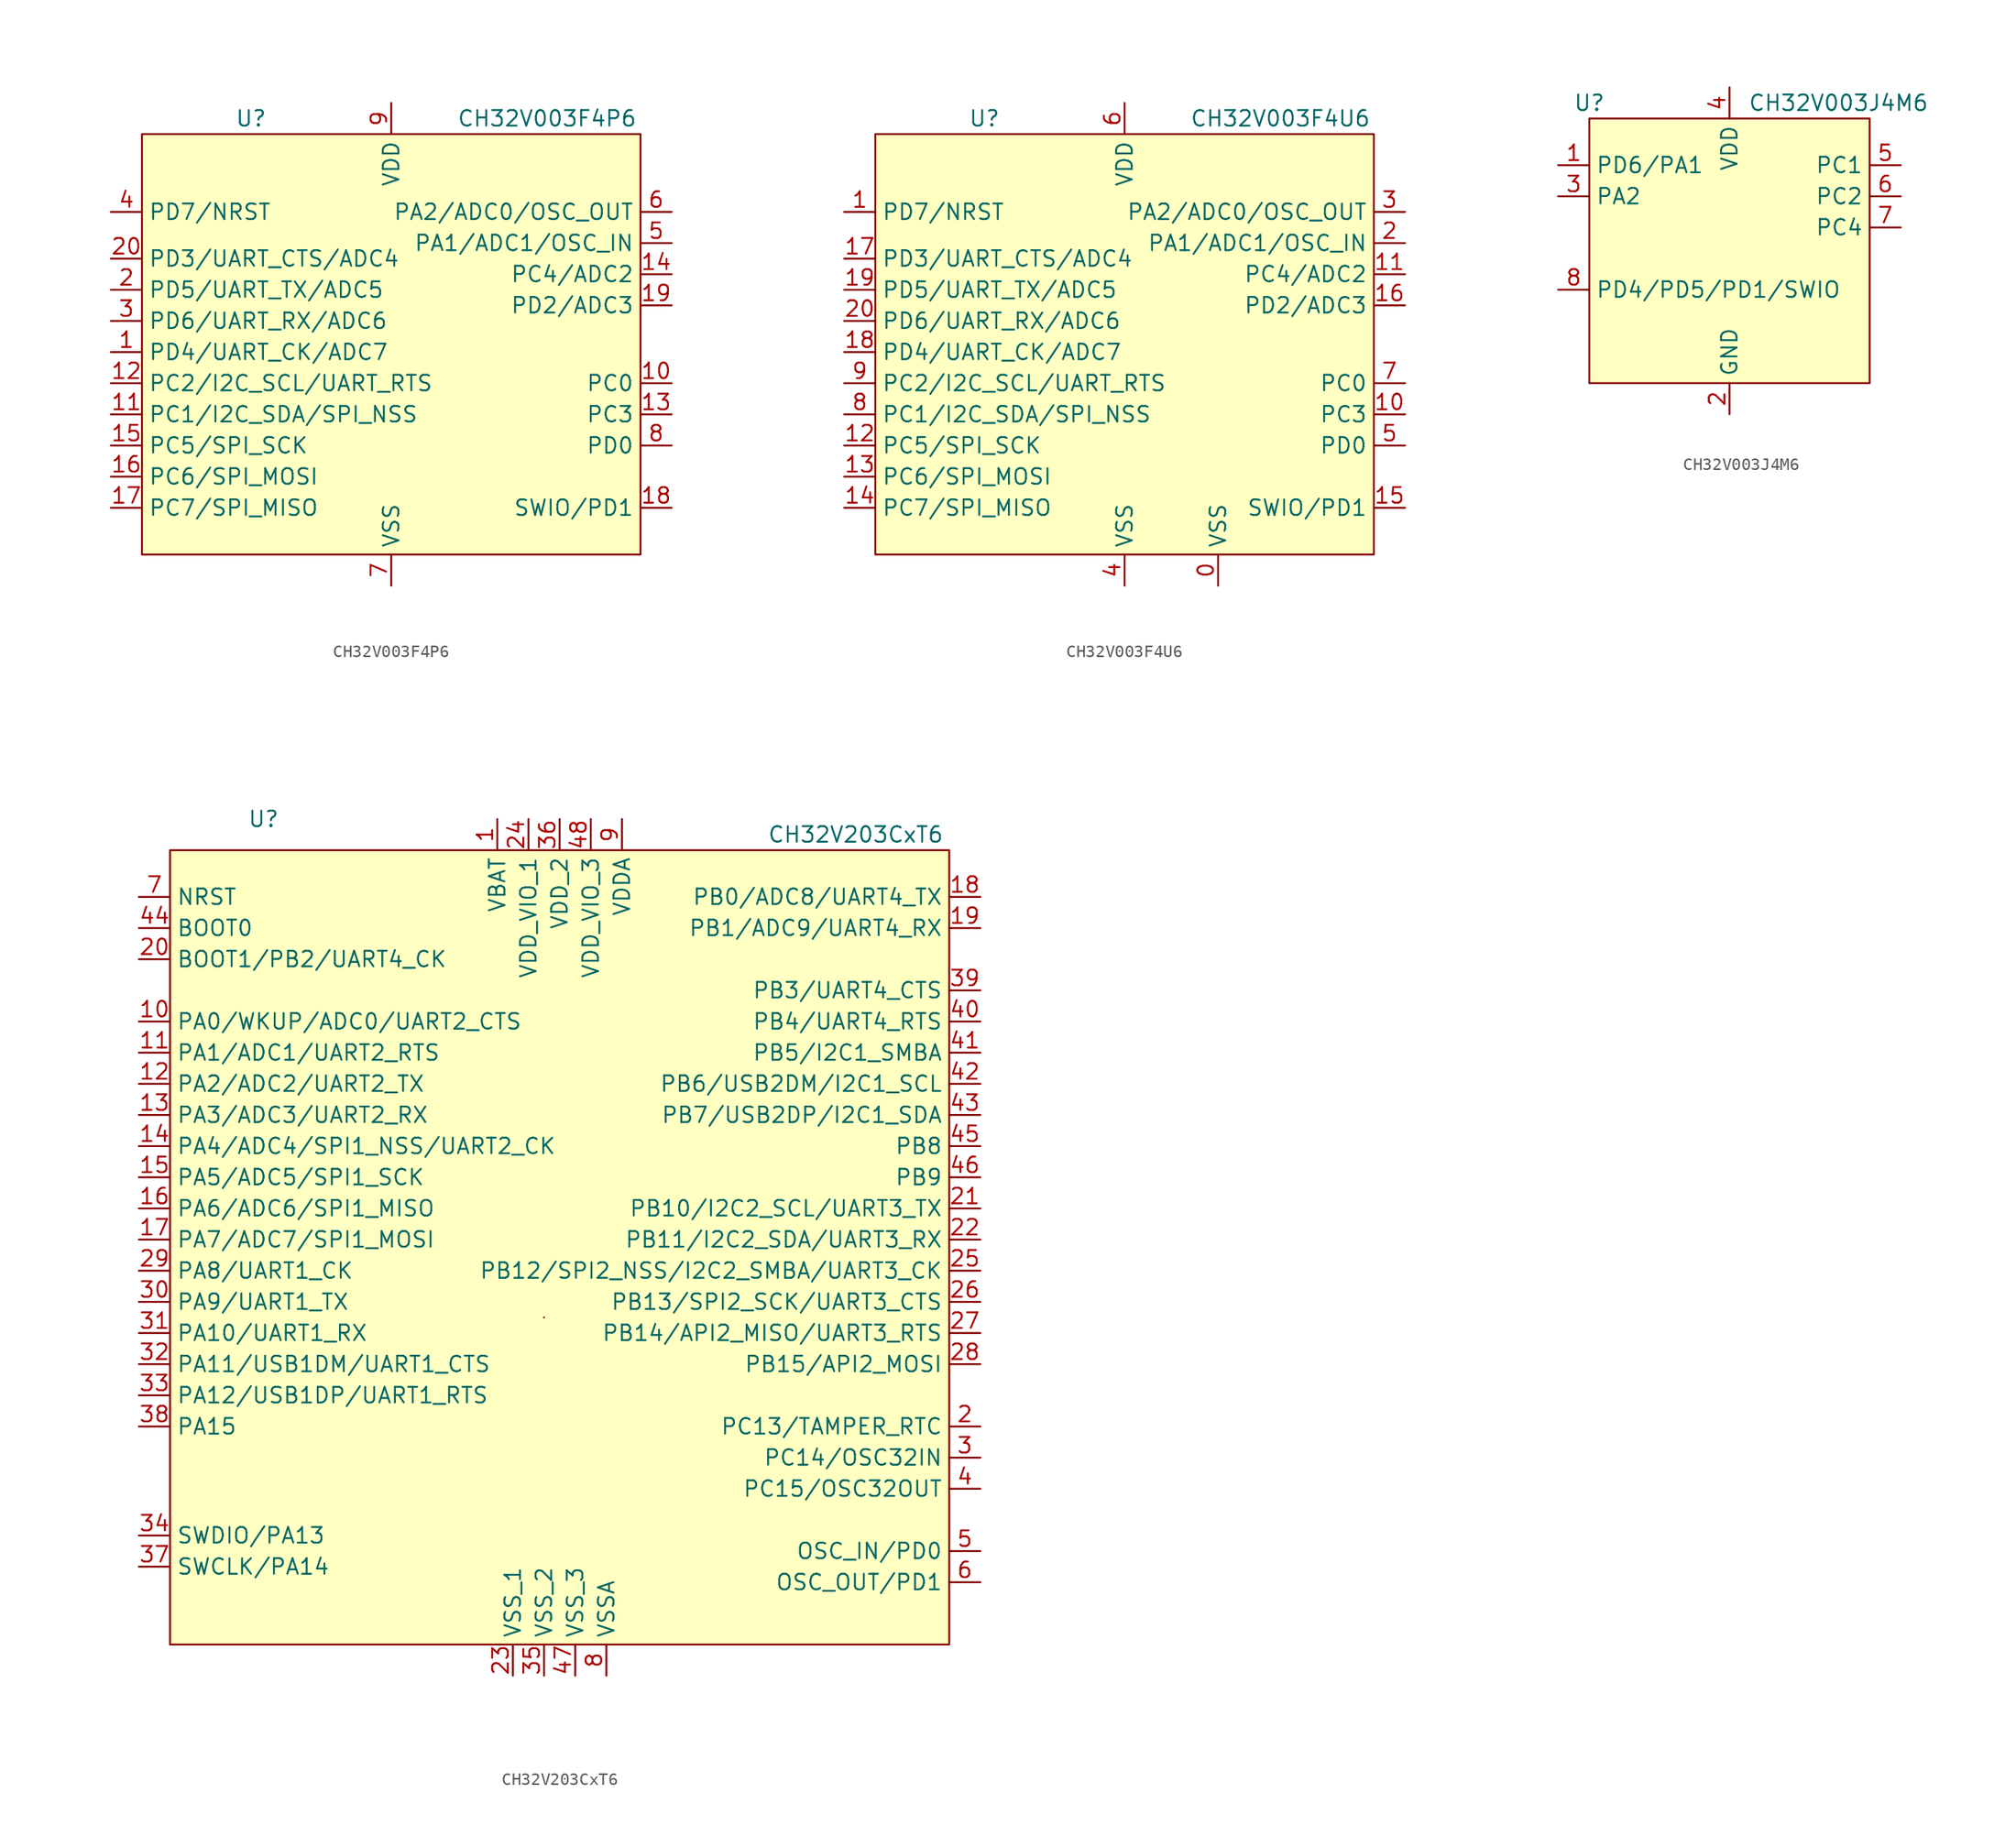
<source format=kicad_sym>
(kicad_symbol_lib
  (version 20241209)
  (generator "kicad_symbol_editor")
  (generator_version "9.0")
  (symbol "CH32V003F4P6"
    (property "Reference" "U"
      (at -11.43 25.4 0)
      (effects (font (size 1.27 1.27))))
    (property "Value" "CH32V003F4P6"
      (at 12.7 25.4 0)
      (effects (font (size 1.27 1.27))))
    (symbol "CH32V003F4P6_0_1"
      (rectangle (start -20.32 24.13) (end 20.32 -10.16) (stroke (width 0.152) (type default)) (fill (type background))))
    (symbol "CH32V003F4P6_1_1"
      (pin bidirectional line (at -22.86 17.78 0) (length 2.54) (name "PD7/NRST" (effects (font (size 1.27 1.27)))) (number "4" (effects (font (size 1.27 1.27)))))
      (pin bidirectional line (at -22.86 13.97 0) (length 2.54) (name "PD3/UART_CTS/ADC4" (effects (font (size 1.27 1.27)))) (number "20" (effects (font (size 1.27 1.27)))))
      (pin bidirectional line (at -22.86 11.43 0) (length 2.54) (name "PD5/UART_TX/ADC5" (effects (font (size 1.27 1.27)))) (number "2" (effects (font (size 1.27 1.27)))))
      (pin bidirectional line (at -22.86 8.89 0) (length 2.54) (name "PD6/UART_RX/ADC6" (effects (font (size 1.27 1.27)))) (number "3" (effects (font (size 1.27 1.27)))))
      (pin bidirectional line (at -22.86 6.35 0) (length 2.54) (name "PD4/UART_CK/ADC7" (effects (font (size 1.27 1.27)))) (number "1" (effects (font (size 1.27 1.27)))))
      (pin bidirectional line (at -22.86 3.81 0) (length 2.54) (name "PC2/I2C_SCL/UART_RTS" (effects (font (size 1.27 1.27)))) (number "12" (effects (font (size 1.27 1.27)))))
      (pin bidirectional line (at -22.86 1.27 0) (length 2.54) (name "PC1/I2C_SDA/SPI_NSS" (effects (font (size 1.27 1.27)))) (number "11" (effects (font (size 1.27 1.27)))))
      (pin bidirectional line (at -22.86 -1.27 0) (length 2.54) (name "PC5/SPI_SCK" (effects (font (size 1.27 1.27)))) (number "15" (effects (font (size 1.27 1.27)))))
      (pin bidirectional line (at -22.86 -3.81 0) (length 2.54) (name "PC6/SPI_MOSI" (effects (font (size 1.27 1.27)))) (number "16" (effects (font (size 1.27 1.27)))))
      (pin bidirectional line (at -22.86 -6.35 0) (length 2.54) (name "PC7/SPI_MISO" (effects (font (size 1.27 1.27)))) (number "17" (effects (font (size 1.27 1.27)))))
      (pin power_in line (at 0 26.67 270) (length 2.54) (name "VDD" (effects (font (size 1.27 1.27)))) (number "9" (effects (font (size 1.27 1.27)))))
      (pin power_in line (at 0 -12.7 90) (length 2.54) (name "VSS" (effects (font (size 1.27 1.27)))) (number "7" (effects (font (size 1.27 1.27)))))
      (pin bidirectional line (at 22.86 17.78 180) (length 2.54) (name "PA2/ADC0/OSC_OUT" (effects (font (size 1.27 1.27)))) (number "6" (effects (font (size 1.27 1.27)))))
      (pin bidirectional line (at 22.86 15.24 180) (length 2.54) (name "PA1/ADC1/OSC_IN" (effects (font (size 1.27 1.27)))) (number "5" (effects (font (size 1.27 1.27)))))
      (pin bidirectional line (at 22.86 12.7 180) (length 2.54) (name "PC4/ADC2" (effects (font (size 1.27 1.27)))) (number "14" (effects (font (size 1.27 1.27)))))
      (pin bidirectional line (at 22.86 10.16 180) (length 2.54) (name "PD2/ADC3" (effects (font (size 1.27 1.27)))) (number "19" (effects (font (size 1.27 1.27)))))
      (pin bidirectional line (at 22.86 3.81 180) (length 2.54) (name "PC0" (effects (font (size 1.27 1.27)))) (number "10" (effects (font (size 1.27 1.27)))))
      (pin bidirectional line (at 22.86 1.27 180) (length 2.54) (name "PC3" (effects (font (size 1.27 1.27)))) (number "13" (effects (font (size 1.27 1.27)))))
      (pin bidirectional line (at 22.86 -1.27 180) (length 2.54) (name "PD0" (effects (font (size 1.27 1.27)))) (number "8" (effects (font (size 1.27 1.27)))))
      (pin bidirectional line (at 22.86 -6.35 180) (length 2.54) (name "SWIO/PD1" (effects (font (size 1.27 1.27)))) (number "18" (effects (font (size 1.27 1.27)))))))
  (symbol "CH32V003F4U6"
    (property "Reference" "U"
      (at -11.43 25.4 0)
      (effects (font (size 1.27 1.27))))
    (property "Value" "CH32V003F4U6"
      (at 12.7 25.4 0)
      (effects (font (size 1.27 1.27))))
    (symbol "CH32V003F4U6_0_1"
      (rectangle (start -20.32 24.13) (end 20.32 -10.16) (stroke (width 0.152) (type default)) (fill (type background))))
    (symbol "CH32V003F4U6_1_1"
      (pin bidirectional line (at -22.86 17.78 0) (length 2.54) (name "PD7/NRST" (effects (font (size 1.27 1.27)))) (number "1" (effects (font (size 1.27 1.27)))))
      (pin bidirectional line (at -22.86 13.97 0) (length 2.54) (name "PD3/UART_CTS/ADC4" (effects (font (size 1.27 1.27)))) (number "17" (effects (font (size 1.27 1.27)))))
      (pin bidirectional line (at -22.86 11.43 0) (length 2.54) (name "PD5/UART_TX/ADC5" (effects (font (size 1.27 1.27)))) (number "19" (effects (font (size 1.27 1.27)))))
      (pin bidirectional line (at -22.86 8.89 0) (length 2.54) (name "PD6/UART_RX/ADC6" (effects (font (size 1.27 1.27)))) (number "20" (effects (font (size 1.27 1.27)))))
      (pin bidirectional line (at -22.86 6.35 0) (length 2.54) (name "PD4/UART_CK/ADC7" (effects (font (size 1.27 1.27)))) (number "18" (effects (font (size 1.27 1.27)))))
      (pin bidirectional line (at -22.86 3.81 0) (length 2.54) (name "PC2/I2C_SCL/UART_RTS" (effects (font (size 1.27 1.27)))) (number "9" (effects (font (size 1.27 1.27)))))
      (pin bidirectional line (at -22.86 1.27 0) (length 2.54) (name "PC1/I2C_SDA/SPI_NSS" (effects (font (size 1.27 1.27)))) (number "8" (effects (font (size 1.27 1.27)))))
      (pin bidirectional line (at -22.86 -1.27 0) (length 2.54) (name "PC5/SPI_SCK" (effects (font (size 1.27 1.27)))) (number "12" (effects (font (size 1.27 1.27)))))
      (pin bidirectional line (at -22.86 -3.81 0) (length 2.54) (name "PC6/SPI_MOSI" (effects (font (size 1.27 1.27)))) (number "13" (effects (font (size 1.27 1.27)))))
      (pin bidirectional line (at -22.86 -6.35 0) (length 2.54) (name "PC7/SPI_MISO" (effects (font (size 1.27 1.27)))) (number "14" (effects (font (size 1.27 1.27)))))
      (pin power_in line (at 0 26.67 270) (length 2.54) (name "VDD" (effects (font (size 1.27 1.27)))) (number "6" (effects (font (size 1.27 1.27)))))
      (pin power_in line (at 0 -12.7 90) (length 2.54) (name "VSS" (effects (font (size 1.27 1.27)))) (number "4" (effects (font (size 1.27 1.27)))))
      (pin power_in line (at 7.62 -12.7 90) (length 2.54) (name "VSS" (effects (font (size 1.27 1.27)))) (number "0" (effects (font (size 1.27 1.27)))))
      (pin bidirectional line (at 22.86 17.78 180) (length 2.54) (name "PA2/ADC0/OSC_OUT" (effects (font (size 1.27 1.27)))) (number "3" (effects (font (size 1.27 1.27)))))
      (pin bidirectional line (at 22.86 15.24 180) (length 2.54) (name "PA1/ADC1/OSC_IN" (effects (font (size 1.27 1.27)))) (number "2" (effects (font (size 1.27 1.27)))))
      (pin bidirectional line (at 22.86 12.7 180) (length 2.54) (name "PC4/ADC2" (effects (font (size 1.27 1.27)))) (number "11" (effects (font (size 1.27 1.27)))))
      (pin bidirectional line (at 22.86 10.16 180) (length 2.54) (name "PD2/ADC3" (effects (font (size 1.27 1.27)))) (number "16" (effects (font (size 1.27 1.27)))))
      (pin bidirectional line (at 22.86 3.81 180) (length 2.54) (name "PC0" (effects (font (size 1.27 1.27)))) (number "7" (effects (font (size 1.27 1.27)))))
      (pin bidirectional line (at 22.86 1.27 180) (length 2.54) (name "PC3" (effects (font (size 1.27 1.27)))) (number "10" (effects (font (size 1.27 1.27)))))
      (pin bidirectional line (at 22.86 -1.27 180) (length 2.54) (name "PD0" (effects (font (size 1.27 1.27)))) (number "5" (effects (font (size 1.27 1.27)))))
      (pin bidirectional line (at 22.86 -6.35 180) (length 2.54) (name "SWIO/PD1" (effects (font (size 1.27 1.27)))) (number "15" (effects (font (size 1.27 1.27)))))))
  (symbol "CH32V003J4M6"
    (property "Reference" "U"
      (at -11.43 25.4 0)
      (effects (font (size 1.27 1.27))))
    (property "Value" "CH32V003J4M6"
      (at 8.89 25.4 0)
      (effects (font (size 1.27 1.27))))
    (symbol "CH32V003J4M6_0_1"
      (rectangle (start -11.43 24.13) (end 11.43 2.54) (stroke (width 0.152) (type default)) (fill (type background))))
    (symbol "CH32V003J4M6_1_1"
      (pin bidirectional line (at -13.97 20.32 0) (length 2.54) (name "PD6/PA1" (effects (font (size 1.27 1.27)))) (number "1" (effects (font (size 1.27 1.27)))))
      (pin bidirectional line (at -13.97 17.78 0) (length 2.54) (name "PA2" (effects (font (size 1.27 1.27)))) (number "3" (effects (font (size 1.27 1.27)))))
      (pin bidirectional line (at -13.97 10.16 0) (length 2.54) (name "PD4/PD5/PD1/SWIO" (effects (font (size 1.27 1.27)))) (number "8" (effects (font (size 1.27 1.27)))))
      (pin power_in line (at 0 26.67 270) (length 2.54) (name "VDD" (effects (font (size 1.27 1.27)))) (number "4" (effects (font (size 1.27 1.27)))))
      (pin power_in line (at 0 0 90) (length 2.54) (name "GND" (effects (font (size 1.27 1.27)))) (number "2" (effects (font (size 1.27 1.27)))))
      (pin bidirectional line (at 13.97 20.32 180) (length 2.54) (name "PC1" (effects (font (size 1.27 1.27)))) (number "5" (effects (font (size 1.27 1.27)))))
      (pin bidirectional line (at 13.97 17.78 180) (length 2.54) (name "PC2" (effects (font (size 1.27 1.27)))) (number "6" (effects (font (size 1.27 1.27)))))
      (pin bidirectional line (at 13.97 15.24 180) (length 2.54) (name "PC4" (effects (font (size 1.27 1.27)))) (number "7" (effects (font (size 1.27 1.27)))))))
  (symbol "CH32V203CxT6"
    (property "Reference" "U"
      (at -24.13 25.4 0)
      (effects (font (size 1.27 1.27))))
    (property "Value" "CH32V203CxT6"
      (at 24.13 24.13 0)
      (effects (font (size 1.27 1.27))))
    (symbol "CH32V203CxT6_0_1"
      (rectangle (start -31.75 22.86) (end 31.75 -41.91) (stroke (width 0.152) (type default)) (fill (type background)))
      (rectangle (start -1.27 -15.24) (end -1.27 -15.24) (stroke (width 0.152) (type default)) (fill (type none))))
    (symbol "CH32V203CxT6_1_1"
      (pin input line (at -34.29 19.05 0) (length 2.54) (name "NRST" (effects (font (size 1.27 1.27)))) (number "7" (effects (font (size 1.27 1.27)))))
      (pin input line (at -34.29 16.51 0) (length 2.54) (name "BOOT0" (effects (font (size 1.27 1.27)))) (number "44" (effects (font (size 1.27 1.27)))))
      (pin bidirectional line (at -34.29 13.97 0) (length 2.54) (name "BOOT1/PB2/UART4_CK" (effects (font (size 1.27 1.27)))) (number "20" (effects (font (size 1.27 1.27)))))
      (pin bidirectional line (at -34.29 8.89 0) (length 2.54) (name "PA0/WKUP/ADC0/UART2_CTS" (effects (font (size 1.27 1.27)))) (number "10" (effects (font (size 1.27 1.27)))))
      (pin bidirectional line (at -34.29 6.35 0) (length 2.54) (name "PA1/ADC1/UART2_RTS" (effects (font (size 1.27 1.27)))) (number "11" (effects (font (size 1.27 1.27)))))
      (pin bidirectional line (at -34.29 3.81 0) (length 2.54) (name "PA2/ADC2/UART2_TX" (effects (font (size 1.27 1.27)))) (number "12" (effects (font (size 1.27 1.27)))))
      (pin bidirectional line (at -34.29 1.27 0) (length 2.54) (name "PA3/ADC3/UART2_RX" (effects (font (size 1.27 1.27)))) (number "13" (effects (font (size 1.27 1.27)))))
      (pin bidirectional line (at -34.29 -1.27 0) (length 2.54) (name "PA4/ADC4/SPI1_NSS/UART2_CK" (effects (font (size 1.27 1.27)))) (number "14" (effects (font (size 1.27 1.27)))))
      (pin bidirectional line (at -34.29 -3.81 0) (length 2.54) (name "PA5/ADC5/SPI1_SCK" (effects (font (size 1.27 1.27)))) (number "15" (effects (font (size 1.27 1.27)))))
      (pin bidirectional line (at -34.29 -6.35 0) (length 2.54) (name "PA6/ADC6/SPI1_MISO" (effects (font (size 1.27 1.27)))) (number "16" (effects (font (size 1.27 1.27)))))
      (pin bidirectional line (at -34.29 -8.89 0) (length 2.54) (name "PA7/ADC7/SPI1_MOSI" (effects (font (size 1.27 1.27)))) (number "17" (effects (font (size 1.27 1.27)))))
      (pin bidirectional line (at -34.29 -11.43 0) (length 2.54) (name "PA8/UART1_CK" (effects (font (size 1.27 1.27)))) (number "29" (effects (font (size 1.27 1.27)))))
      (pin bidirectional line (at -34.29 -13.97 0) (length 2.54) (name "PA9/UART1_TX" (effects (font (size 1.27 1.27)))) (number "30" (effects (font (size 1.27 1.27)))))
      (pin bidirectional line (at -34.29 -16.51 0) (length 2.54) (name "PA10/UART1_RX" (effects (font (size 1.27 1.27)))) (number "31" (effects (font (size 1.27 1.27)))))
      (pin bidirectional line (at -34.29 -19.05 0) (length 2.54) (name "PA11/USB1DM/UART1_CTS" (effects (font (size 1.27 1.27)))) (number "32" (effects (font (size 1.27 1.27)))))
      (pin bidirectional line (at -34.29 -21.59 0) (length 2.54) (name "PA12/USB1DP/UART1_RTS" (effects (font (size 1.27 1.27)))) (number "33" (effects (font (size 1.27 1.27)))))
      (pin bidirectional line (at -34.29 -24.13 0) (length 2.54) (name "PA15" (effects (font (size 1.27 1.27)))) (number "38" (effects (font (size 1.27 1.27)))))
      (pin bidirectional line (at -34.29 -33.02 0) (length 2.54) (name "SWDIO/PA13" (effects (font (size 1.27 1.27)))) (number "34" (effects (font (size 1.27 1.27)))))
      (pin bidirectional line (at -34.29 -35.56 0) (length 2.54) (name "SWCLK/PA14" (effects (font (size 1.27 1.27)))) (number "37" (effects (font (size 1.27 1.27)))))
      (pin power_in line (at -5.08 25.4 270) (length 2.54) (name "VBAT" (effects (font (size 1.27 1.27)))) (number "1" (effects (font (size 1.27 1.27)))))
      (pin power_in line (at -3.81 -44.45 90) (length 2.54) (name "VSS_1" (effects (font (size 1.27 1.27)))) (number "23" (effects (font (size 1.27 1.27)))))
      (pin power_in line (at -2.54 25.4 270) (length 2.54) (name "VDD_VIO_1" (effects (font (size 1.27 1.27)))) (number "24" (effects (font (size 1.27 1.27)))))
      (pin power_in line (at -1.27 -44.45 90) (length 2.54) (name "VSS_2" (effects (font (size 1.27 1.27)))) (number "35" (effects (font (size 1.27 1.27)))))
      (pin power_in line (at 0 25.4 270) (length 2.54) (name "VDD_2" (effects (font (size 1.27 1.27)))) (number "36" (effects (font (size 1.27 1.27)))))
      (pin power_in line (at 1.27 -44.45 90) (length 2.54) (name "VSS_3" (effects (font (size 1.27 1.27)))) (number "47" (effects (font (size 1.27 1.27)))))
      (pin power_in line (at 2.54 25.4 270) (length 2.54) (name "VDD_VIO_3" (effects (font (size 1.27 1.27)))) (number "48" (effects (font (size 1.27 1.27)))))
      (pin input line (at 3.81 -44.45 90) (length 2.54) (name "VSSA" (effects (font (size 1.27 1.27)))) (number "8" (effects (font (size 1.27 1.27)))))
      (pin input line (at 5.08 25.4 270) (length 2.54) (name "VDDA" (effects (font (size 1.27 1.27)))) (number "9" (effects (font (size 1.27 1.27)))))
      (pin bidirectional line (at 34.29 19.05 180) (length 2.54) (name "PB0/ADC8/UART4_TX" (effects (font (size 1.27 1.27)))) (number "18" (effects (font (size 1.27 1.27)))))
      (pin bidirectional line (at 34.29 16.51 180) (length 2.54) (name "PB1/ADC9/UART4_RX" (effects (font (size 1.27 1.27)))) (number "19" (effects (font (size 1.27 1.27)))))
      (pin bidirectional line (at 34.29 11.43 180) (length 2.54) (name "PB3/UART4_CTS" (effects (font (size 1.27 1.27)))) (number "39" (effects (font (size 1.27 1.27)))))
      (pin bidirectional line (at 34.29 8.89 180) (length 2.54) (name "PB4/UART4_RTS" (effects (font (size 1.27 1.27)))) (number "40" (effects (font (size 1.27 1.27)))))
      (pin bidirectional line (at 34.29 6.35 180) (length 2.54) (name "PB5/I2C1_SMBA" (effects (font (size 1.27 1.27)))) (number "41" (effects (font (size 1.27 1.27)))))
      (pin bidirectional line (at 34.29 3.81 180) (length 2.54) (name "PB6/USB2DM/I2C1_SCL" (effects (font (size 1.27 1.27)))) (number "42" (effects (font (size 1.27 1.27)))))
      (pin bidirectional line (at 34.29 1.27 180) (length 2.54) (name "PB7/USB2DP/I2C1_SDA" (effects (font (size 1.27 1.27)))) (number "43" (effects (font (size 1.27 1.27)))))
      (pin bidirectional line (at 34.29 -1.27 180) (length 2.54) (name "PB8" (effects (font (size 1.27 1.27)))) (number "45" (effects (font (size 1.27 1.27)))))
      (pin bidirectional line (at 34.29 -3.81 180) (length 2.54) (name "PB9" (effects (font (size 1.27 1.27)))) (number "46" (effects (font (size 1.27 1.27)))))
      (pin bidirectional line (at 34.29 -6.35 180) (length 2.54) (name "PB10/I2C2_SCL/UART3_TX" (effects (font (size 1.27 1.27)))) (number "21" (effects (font (size 1.27 1.27)))))
      (pin bidirectional line (at 34.29 -8.89 180) (length 2.54) (name "PB11/I2C2_SDA/UART3_RX" (effects (font (size 1.27 1.27)))) (number "22" (effects (font (size 1.27 1.27)))))
      (pin bidirectional line (at 34.29 -11.43 180) (length 2.54) (name "PB12/SPI2_NSS/I2C2_SMBA/UART3_CK" (effects (font (size 1.27 1.27)))) (number "25" (effects (font (size 1.27 1.27)))))
      (pin bidirectional line (at 34.29 -13.97 180) (length 2.54) (name "PB13/SPI2_SCK/UART3_CTS" (effects (font (size 1.27 1.27)))) (number "26" (effects (font (size 1.27 1.27)))))
      (pin bidirectional line (at 34.29 -16.51 180) (length 2.54) (name "PB14/API2_MISO/UART3_RTS" (effects (font (size 1.27 1.27)))) (number "27" (effects (font (size 1.27 1.27)))))
      (pin bidirectional line (at 34.29 -19.05 180) (length 2.54) (name "PB15/API2_MOSI" (effects (font (size 1.27 1.27)))) (number "28" (effects (font (size 1.27 1.27)))))
      (pin bidirectional line (at 34.29 -24.13 180) (length 2.54) (name "PC13/TAMPER_RTC" (effects (font (size 1.27 1.27)))) (number "2" (effects (font (size 1.27 1.27)))))
      (pin bidirectional line (at 34.29 -26.67 180) (length 2.54) (name "PC14/OSC32IN" (effects (font (size 1.27 1.27)))) (number "3" (effects (font (size 1.27 1.27)))))
      (pin bidirectional line (at 34.29 -29.21 180) (length 2.54) (name "PC15/OSC32OUT" (effects (font (size 1.27 1.27)))) (number "4" (effects (font (size 1.27 1.27)))))
      (pin bidirectional line (at 34.29 -34.29 180) (length 2.54) (name "OSC_IN/PD0" (effects (font (size 1.27 1.27)))) (number "5" (effects (font (size 1.27 1.27)))))
      (pin bidirectional line (at 34.29 -36.83 180) (length 2.54) (name "OSC_OUT/PD1" (effects (font (size 1.27 1.27)))) (number "6" (effects (font (size 1.27 1.27))))))))
</source>
